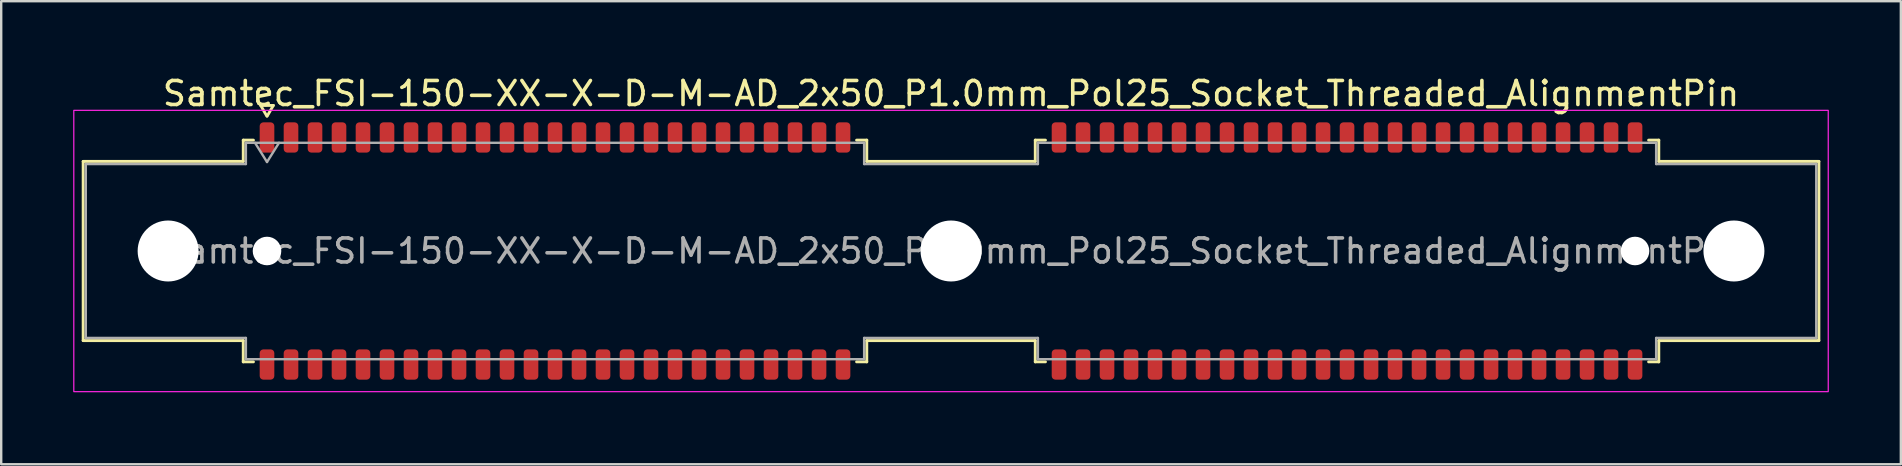
<source format=kicad_pcb>
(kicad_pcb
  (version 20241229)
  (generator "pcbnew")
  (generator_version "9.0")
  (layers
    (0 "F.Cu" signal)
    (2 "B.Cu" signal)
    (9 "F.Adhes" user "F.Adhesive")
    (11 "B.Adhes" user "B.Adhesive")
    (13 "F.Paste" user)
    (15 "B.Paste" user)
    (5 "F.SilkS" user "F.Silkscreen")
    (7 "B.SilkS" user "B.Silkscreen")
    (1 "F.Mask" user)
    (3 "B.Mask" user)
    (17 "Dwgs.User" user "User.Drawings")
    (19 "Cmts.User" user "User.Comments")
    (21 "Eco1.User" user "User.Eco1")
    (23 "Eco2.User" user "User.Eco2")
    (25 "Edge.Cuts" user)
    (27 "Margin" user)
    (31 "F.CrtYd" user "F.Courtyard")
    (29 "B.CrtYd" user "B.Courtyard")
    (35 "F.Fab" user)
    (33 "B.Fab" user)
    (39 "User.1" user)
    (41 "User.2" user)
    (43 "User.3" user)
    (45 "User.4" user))
  (footprint "Samtec_FSI-150-XX-X-D-M-AD_2x50_P1.0mm_Pol25_Socket_Threaded_AlignmentPin"
    (layer "F.Cu")
    (at 36.575 7.408)
    (property "Reference" "Samtec_FSI-150-XX-X-D-M-AD_2x50_P1.0mm_Pol25_Socket_Threaded_AlignmentPin" (at 0 -6.56 0) (layer "F.SilkS") (effects (font (size 1 1) (thickness 0.15))))
    (attr smd)
    (fp_line (start -36.16 -3.733) (end -29.49 -3.733) (stroke (width 0.12) (type solid)) (layer "F.SilkS"))
    (fp_line (start -36.16 3.733) (end -36.16 -3.733) (stroke (width 0.12) (type solid)) (layer "F.SilkS"))
    (fp_line (start -29.49 -4.619) (end -29.065 -4.619) (stroke (width 0.12) (type solid)) (layer "F.SilkS"))
    (fp_line (start -29.49 -3.733) (end -29.49 -4.619) (stroke (width 0.12) (type solid)) (layer "F.SilkS"))
    (fp_line (start -29.49 3.733) (end -36.16 3.733) (stroke (width 0.12) (type solid)) (layer "F.SilkS"))
    (fp_line (start -29.49 4.619) (end -29.49 3.733) (stroke (width 0.12) (type solid)) (layer "F.SilkS"))
    (fp_line (start -29.065 4.619) (end -29.49 4.619) (stroke (width 0.12) (type solid)) (layer "F.SilkS"))
    (fp_line (start -28.764 -6.066) (end -28.507 -5.62) (stroke (width 0.12) (type solid)) (layer "F.SilkS"))
    (fp_line (start -28.493 -5.62) (end -28.236 -6.066) (stroke (width 0.12) (type solid)) (layer "F.SilkS"))
    (fp_line (start -28.236 -6.066) (end -28.764 -6.066) (stroke (width 0.12) (type solid)) (layer "F.SilkS"))
    (fp_line (start -3.935 -4.619) (end -3.51 -4.619) (stroke (width 0.12) (type solid)) (layer "F.SilkS"))
    (fp_line (start -3.51 -4.619) (end -3.51 -3.733) (stroke (width 0.12) (type solid)) (layer "F.SilkS"))
    (fp_line (start -3.51 -3.733) (end 3.51 -3.733) (stroke (width 0.12) (type solid)) (layer "F.SilkS"))
    (fp_line (start -3.51 3.733) (end -3.51 4.619) (stroke (width 0.12) (type solid)) (layer "F.SilkS"))
    (fp_line (start -3.51 4.619) (end -3.935 4.619) (stroke (width 0.12) (type solid)) (layer "F.SilkS"))
    (fp_line (start 3.51 -4.619) (end 3.935 -4.619) (stroke (width 0.12) (type solid)) (layer "F.SilkS"))
    (fp_line (start 3.51 -3.733) (end 3.51 -4.619) (stroke (width 0.12) (type solid)) (layer "F.SilkS"))
    (fp_line (start 3.51 3.733) (end -3.51 3.733) (stroke (width 0.12) (type solid)) (layer "F.SilkS"))
    (fp_line (start 3.51 4.619) (end 3.51 3.733) (stroke (width 0.12) (type solid)) (layer "F.SilkS"))
    (fp_line (start 3.935 4.619) (end 3.51 4.619) (stroke (width 0.12) (type solid)) (layer "F.SilkS"))
    (fp_line (start 29.065 -4.619) (end 29.49 -4.619) (stroke (width 0.12) (type solid)) (layer "F.SilkS"))
    (fp_line (start 29.49 -4.619) (end 29.49 -3.733) (stroke (width 0.12) (type solid)) (layer "F.SilkS"))
    (fp_line (start 29.49 -3.733) (end 36.16 -3.733) (stroke (width 0.12) (type solid)) (layer "F.SilkS"))
    (fp_line (start 29.49 3.733) (end 29.49 4.619) (stroke (width 0.12) (type solid)) (layer "F.SilkS"))
    (fp_line (start 29.49 4.619) (end 29.065 4.619) (stroke (width 0.12) (type solid)) (layer "F.SilkS"))
    (fp_line (start 36.16 -3.733) (end 36.16 3.733) (stroke (width 0.12) (type solid)) (layer "F.SilkS"))
    (fp_line (start 36.16 3.733) (end 29.49 3.733) (stroke (width 0.12) (type solid)) (layer "F.SilkS"))
    (fp_rect (start -36.55 -5.86) (end 36.55 5.86) (stroke (width 0.05) (type solid)) (fill no) (layer "F.CrtYd"))
    (fp_line (start -36.05 -3.623) (end -29.38 -3.623) (stroke (width 0.1) (type solid)) (layer "F.Fab"))
    (fp_line (start -36.05 3.623) (end -36.05 -3.623) (stroke (width 0.1) (type solid)) (layer "F.Fab"))
    (fp_line (start -29.38 -4.508) (end -3.62 -4.508) (stroke (width 0.1) (type solid)) (layer "F.Fab"))
    (fp_line (start -29.38 -3.623) (end -29.38 -4.508) (stroke (width 0.1) (type solid)) (layer "F.Fab"))
    (fp_line (start -29.38 3.623) (end -36.05 3.623) (stroke (width 0.1) (type solid)) (layer "F.Fab"))
    (fp_line (start -29.38 4.508) (end -29.38 3.623) (stroke (width 0.1) (type solid)) (layer "F.Fab"))
    (fp_line (start -29 -4.508) (end -28.5 -3.708) (stroke (width 0.1) (type solid)) (layer "F.Fab"))
    (fp_line (start -28.5 -3.708) (end -28 -4.508) (stroke (width 0.1) (type solid)) (layer "F.Fab"))
    (fp_line (start -3.62 -4.508) (end -3.62 -3.623) (stroke (width 0.1) (type solid)) (layer "F.Fab"))
    (fp_line (start -3.62 -3.623) (end 3.62 -3.623) (stroke (width 0.1) (type solid)) (layer "F.Fab"))
    (fp_line (start -3.62 3.623) (end -3.62 4.508) (stroke (width 0.1) (type solid)) (layer "F.Fab"))
    (fp_line (start -3.62 4.508) (end -29.38 4.508) (stroke (width 0.1) (type solid)) (layer "F.Fab"))
    (fp_line (start 3.62 -4.508) (end 29.38 -4.508) (stroke (width 0.1) (type solid)) (layer "F.Fab"))
    (fp_line (start 3.62 -3.623) (end 3.62 -4.508) (stroke (width 0.1) (type solid)) (layer "F.Fab"))
    (fp_line (start 3.62 3.623) (end -3.62 3.623) (stroke (width 0.1) (type solid)) (layer "F.Fab"))
    (fp_line (start 3.62 4.508) (end 3.62 3.623) (stroke (width 0.1) (type solid)) (layer "F.Fab"))
    (fp_line (start 29.38 -4.508) (end 29.38 -3.623) (stroke (width 0.1) (type solid)) (layer "F.Fab"))
    (fp_line (start 29.38 -3.623) (end 36.05 -3.623) (stroke (width 0.1) (type solid)) (layer "F.Fab"))
    (fp_line (start 29.38 3.623) (end 29.38 4.508) (stroke (width 0.1) (type solid)) (layer "F.Fab"))
    (fp_line (start 29.38 4.508) (end 3.62 4.508) (stroke (width 0.1) (type solid)) (layer "F.Fab"))
    (fp_line (start 36.05 -3.623) (end 36.05 3.623) (stroke (width 0.1) (type solid)) (layer "F.Fab"))
    (fp_line (start 36.05 3.623) (end 29.38 3.623) (stroke (width 0.1) (type solid)) (layer "F.Fab"))
    (fp_text user "${REFERENCE}" (at 0 0 0) (layer "F.Fab") (effects (font (size 1 1) (thickness 0.15))))
    (pad "" np_thru_hole circle (at -32.62 0) (size 2.54 2.54) (drill 2.54) (layers "*.Cu" "*.Mask"))
    (pad "" np_thru_hole circle (at -28.5 0) (size 1.19 1.19) (drill 1.19) (layers "*.Cu" "*.Mask"))
    (pad "" np_thru_hole circle (at 0 0) (size 2.54 2.54) (drill 2.54) (layers "*.Cu" "*.Mask"))
    (pad "" np_thru_hole circle (at 28.5 0) (size 1.19 1.19) (drill 1.19) (layers "*.Cu" "*.Mask"))
    (pad "" np_thru_hole circle (at 32.62 0) (size 2.54 2.54) (drill 2.54) (layers "*.Cu" "*.Mask"))
    (pad "1" smd roundrect (at -28.5 -4.73) (size 0.61 1.26) (layers "F.Cu" "F.Mask" "F.Paste") (roundrect_rratio 0.25))
    (pad "2" smd roundrect (at -28.5 4.73) (size 0.61 1.26) (layers "F.Cu" "F.Mask" "F.Paste") (roundrect_rratio 0.25))
    (pad "3" smd roundrect (at -27.5 -4.73) (size 0.61 1.26) (layers "F.Cu" "F.Mask" "F.Paste") (roundrect_rratio 0.25))
    (pad "4" smd roundrect (at -27.5 4.73) (size 0.61 1.26) (layers "F.Cu" "F.Mask" "F.Paste") (roundrect_rratio 0.25))
    (pad "5" smd roundrect (at -26.5 -4.73) (size 0.61 1.26) (layers "F.Cu" "F.Mask" "F.Paste") (roundrect_rratio 0.25))
    (pad "6" smd roundrect (at -26.5 4.73) (size 0.61 1.26) (layers "F.Cu" "F.Mask" "F.Paste") (roundrect_rratio 0.25))
    (pad "7" smd roundrect (at -25.5 -4.73) (size 0.61 1.26) (layers "F.Cu" "F.Mask" "F.Paste") (roundrect_rratio 0.25))
    (pad "8" smd roundrect (at -25.5 4.73) (size 0.61 1.26) (layers "F.Cu" "F.Mask" "F.Paste") (roundrect_rratio 0.25))
    (pad "9" smd roundrect (at -24.5 -4.73) (size 0.61 1.26) (layers "F.Cu" "F.Mask" "F.Paste") (roundrect_rratio 0.25))
    (pad "10" smd roundrect (at -24.5 4.73) (size 0.61 1.26) (layers "F.Cu" "F.Mask" "F.Paste") (roundrect_rratio 0.25))
    (pad "11" smd roundrect (at -23.5 -4.73) (size 0.61 1.26) (layers "F.Cu" "F.Mask" "F.Paste") (roundrect_rratio 0.25))
    (pad "12" smd roundrect (at -23.5 4.73) (size 0.61 1.26) (layers "F.Cu" "F.Mask" "F.Paste") (roundrect_rratio 0.25))
    (pad "13" smd roundrect (at -22.5 -4.73) (size 0.61 1.26) (layers "F.Cu" "F.Mask" "F.Paste") (roundrect_rratio 0.25))
    (pad "14" smd roundrect (at -22.5 4.73) (size 0.61 1.26) (layers "F.Cu" "F.Mask" "F.Paste") (roundrect_rratio 0.25))
    (pad "15" smd roundrect (at -21.5 -4.73) (size 0.61 1.26) (layers "F.Cu" "F.Mask" "F.Paste") (roundrect_rratio 0.25))
    (pad "16" smd roundrect (at -21.5 4.73) (size 0.61 1.26) (layers "F.Cu" "F.Mask" "F.Paste") (roundrect_rratio 0.25))
    (pad "17" smd roundrect (at -20.5 -4.73) (size 0.61 1.26) (layers "F.Cu" "F.Mask" "F.Paste") (roundrect_rratio 0.25))
    (pad "18" smd roundrect (at -20.5 4.73) (size 0.61 1.26) (layers "F.Cu" "F.Mask" "F.Paste") (roundrect_rratio 0.25))
    (pad "19" smd roundrect (at -19.5 -4.73) (size 0.61 1.26) (layers "F.Cu" "F.Mask" "F.Paste") (roundrect_rratio 0.25))
    (pad "20" smd roundrect (at -19.5 4.73) (size 0.61 1.26) (layers "F.Cu" "F.Mask" "F.Paste") (roundrect_rratio 0.25))
    (pad "21" smd roundrect (at -18.5 -4.73) (size 0.61 1.26) (layers "F.Cu" "F.Mask" "F.Paste") (roundrect_rratio 0.25))
    (pad "22" smd roundrect (at -18.5 4.73) (size 0.61 1.26) (layers "F.Cu" "F.Mask" "F.Paste") (roundrect_rratio 0.25))
    (pad "23" smd roundrect (at -17.5 -4.73) (size 0.61 1.26) (layers "F.Cu" "F.Mask" "F.Paste") (roundrect_rratio 0.25))
    (pad "24" smd roundrect (at -17.5 4.73) (size 0.61 1.26) (layers "F.Cu" "F.Mask" "F.Paste") (roundrect_rratio 0.25))
    (pad "25" smd roundrect (at -16.5 -4.73) (size 0.61 1.26) (layers "F.Cu" "F.Mask" "F.Paste") (roundrect_rratio 0.25))
    (pad "26" smd roundrect (at -16.5 4.73) (size 0.61 1.26) (layers "F.Cu" "F.Mask" "F.Paste") (roundrect_rratio 0.25))
    (pad "27" smd roundrect (at -15.5 -4.73) (size 0.61 1.26) (layers "F.Cu" "F.Mask" "F.Paste") (roundrect_rratio 0.25))
    (pad "28" smd roundrect (at -15.5 4.73) (size 0.61 1.26) (layers "F.Cu" "F.Mask" "F.Paste") (roundrect_rratio 0.25))
    (pad "29" smd roundrect (at -14.5 -4.73) (size 0.61 1.26) (layers "F.Cu" "F.Mask" "F.Paste") (roundrect_rratio 0.25))
    (pad "30" smd roundrect (at -14.5 4.73) (size 0.61 1.26) (layers "F.Cu" "F.Mask" "F.Paste") (roundrect_rratio 0.25))
    (pad "31" smd roundrect (at -13.5 -4.73) (size 0.61 1.26) (layers "F.Cu" "F.Mask" "F.Paste") (roundrect_rratio 0.25))
    (pad "32" smd roundrect (at -13.5 4.73) (size 0.61 1.26) (layers "F.Cu" "F.Mask" "F.Paste") (roundrect_rratio 0.25))
    (pad "33" smd roundrect (at -12.5 -4.73) (size 0.61 1.26) (layers "F.Cu" "F.Mask" "F.Paste") (roundrect_rratio 0.25))
    (pad "34" smd roundrect (at -12.5 4.73) (size 0.61 1.26) (layers "F.Cu" "F.Mask" "F.Paste") (roundrect_rratio 0.25))
    (pad "35" smd roundrect (at -11.5 -4.73) (size 0.61 1.26) (layers "F.Cu" "F.Mask" "F.Paste") (roundrect_rratio 0.25))
    (pad "36" smd roundrect (at -11.5 4.73) (size 0.61 1.26) (layers "F.Cu" "F.Mask" "F.Paste") (roundrect_rratio 0.25))
    (pad "37" smd roundrect (at -10.5 -4.73) (size 0.61 1.26) (layers "F.Cu" "F.Mask" "F.Paste") (roundrect_rratio 0.25))
    (pad "38" smd roundrect (at -10.5 4.73) (size 0.61 1.26) (layers "F.Cu" "F.Mask" "F.Paste") (roundrect_rratio 0.25))
    (pad "39" smd roundrect (at -9.5 -4.73) (size 0.61 1.26) (layers "F.Cu" "F.Mask" "F.Paste") (roundrect_rratio 0.25))
    (pad "40" smd roundrect (at -9.5 4.73) (size 0.61 1.26) (layers "F.Cu" "F.Mask" "F.Paste") (roundrect_rratio 0.25))
    (pad "41" smd roundrect (at -8.5 -4.73) (size 0.61 1.26) (layers "F.Cu" "F.Mask" "F.Paste") (roundrect_rratio 0.25))
    (pad "42" smd roundrect (at -8.5 4.73) (size 0.61 1.26) (layers "F.Cu" "F.Mask" "F.Paste") (roundrect_rratio 0.25))
    (pad "43" smd roundrect (at -7.5 -4.73) (size 0.61 1.26) (layers "F.Cu" "F.Mask" "F.Paste") (roundrect_rratio 0.25))
    (pad "44" smd roundrect (at -7.5 4.73) (size 0.61 1.26) (layers "F.Cu" "F.Mask" "F.Paste") (roundrect_rratio 0.25))
    (pad "45" smd roundrect (at -6.5 -4.73) (size 0.61 1.26) (layers "F.Cu" "F.Mask" "F.Paste") (roundrect_rratio 0.25))
    (pad "46" smd roundrect (at -6.5 4.73) (size 0.61 1.26) (layers "F.Cu" "F.Mask" "F.Paste") (roundrect_rratio 0.25))
    (pad "47" smd roundrect (at -5.5 -4.73) (size 0.61 1.26) (layers "F.Cu" "F.Mask" "F.Paste") (roundrect_rratio 0.25))
    (pad "48" smd roundrect (at -5.5 4.73) (size 0.61 1.26) (layers "F.Cu" "F.Mask" "F.Paste") (roundrect_rratio 0.25))
    (pad "49" smd roundrect (at -4.5 -4.73) (size 0.61 1.26) (layers "F.Cu" "F.Mask" "F.Paste") (roundrect_rratio 0.25))
    (pad "50" smd roundrect (at -4.5 4.73) (size 0.61 1.26) (layers "F.Cu" "F.Mask" "F.Paste") (roundrect_rratio 0.25))
    (pad "51" smd roundrect (at 4.5 -4.73) (size 0.61 1.26) (layers "F.Cu" "F.Mask" "F.Paste") (roundrect_rratio 0.25))
    (pad "52" smd roundrect (at 4.5 4.73) (size 0.61 1.26) (layers "F.Cu" "F.Mask" "F.Paste") (roundrect_rratio 0.25))
    (pad "53" smd roundrect (at 5.5 -4.73) (size 0.61 1.26) (layers "F.Cu" "F.Mask" "F.Paste") (roundrect_rratio 0.25))
    (pad "54" smd roundrect (at 5.5 4.73) (size 0.61 1.26) (layers "F.Cu" "F.Mask" "F.Paste") (roundrect_rratio 0.25))
    (pad "55" smd roundrect (at 6.5 -4.73) (size 0.61 1.26) (layers "F.Cu" "F.Mask" "F.Paste") (roundrect_rratio 0.25))
    (pad "56" smd roundrect (at 6.5 4.73) (size 0.61 1.26) (layers "F.Cu" "F.Mask" "F.Paste") (roundrect_rratio 0.25))
    (pad "57" smd roundrect (at 7.5 -4.73) (size 0.61 1.26) (layers "F.Cu" "F.Mask" "F.Paste") (roundrect_rratio 0.25))
    (pad "58" smd roundrect (at 7.5 4.73) (size 0.61 1.26) (layers "F.Cu" "F.Mask" "F.Paste") (roundrect_rratio 0.25))
    (pad "59" smd roundrect (at 8.5 -4.73) (size 0.61 1.26) (layers "F.Cu" "F.Mask" "F.Paste") (roundrect_rratio 0.25))
    (pad "60" smd roundrect (at 8.5 4.73) (size 0.61 1.26) (layers "F.Cu" "F.Mask" "F.Paste") (roundrect_rratio 0.25))
    (pad "61" smd roundrect (at 9.5 -4.73) (size 0.61 1.26) (layers "F.Cu" "F.Mask" "F.Paste") (roundrect_rratio 0.25))
    (pad "62" smd roundrect (at 9.5 4.73) (size 0.61 1.26) (layers "F.Cu" "F.Mask" "F.Paste") (roundrect_rratio 0.25))
    (pad "63" smd roundrect (at 10.5 -4.73) (size 0.61 1.26) (layers "F.Cu" "F.Mask" "F.Paste") (roundrect_rratio 0.25))
    (pad "64" smd roundrect (at 10.5 4.73) (size 0.61 1.26) (layers "F.Cu" "F.Mask" "F.Paste") (roundrect_rratio 0.25))
    (pad "65" smd roundrect (at 11.5 -4.73) (size 0.61 1.26) (layers "F.Cu" "F.Mask" "F.Paste") (roundrect_rratio 0.25))
    (pad "66" smd roundrect (at 11.5 4.73) (size 0.61 1.26) (layers "F.Cu" "F.Mask" "F.Paste") (roundrect_rratio 0.25))
    (pad "67" smd roundrect (at 12.5 -4.73) (size 0.61 1.26) (layers "F.Cu" "F.Mask" "F.Paste") (roundrect_rratio 0.25))
    (pad "68" smd roundrect (at 12.5 4.73) (size 0.61 1.26) (layers "F.Cu" "F.Mask" "F.Paste") (roundrect_rratio 0.25))
    (pad "69" smd roundrect (at 13.5 -4.73) (size 0.61 1.26) (layers "F.Cu" "F.Mask" "F.Paste") (roundrect_rratio 0.25))
    (pad "70" smd roundrect (at 13.5 4.73) (size 0.61 1.26) (layers "F.Cu" "F.Mask" "F.Paste") (roundrect_rratio 0.25))
    (pad "71" smd roundrect (at 14.5 -4.73) (size 0.61 1.26) (layers "F.Cu" "F.Mask" "F.Paste") (roundrect_rratio 0.25))
    (pad "72" smd roundrect (at 14.5 4.73) (size 0.61 1.26) (layers "F.Cu" "F.Mask" "F.Paste") (roundrect_rratio 0.25))
    (pad "73" smd roundrect (at 15.5 -4.73) (size 0.61 1.26) (layers "F.Cu" "F.Mask" "F.Paste") (roundrect_rratio 0.25))
    (pad "74" smd roundrect (at 15.5 4.73) (size 0.61 1.26) (layers "F.Cu" "F.Mask" "F.Paste") (roundrect_rratio 0.25))
    (pad "75" smd roundrect (at 16.5 -4.73) (size 0.61 1.26) (layers "F.Cu" "F.Mask" "F.Paste") (roundrect_rratio 0.25))
    (pad "76" smd roundrect (at 16.5 4.73) (size 0.61 1.26) (layers "F.Cu" "F.Mask" "F.Paste") (roundrect_rratio 0.25))
    (pad "77" smd roundrect (at 17.5 -4.73) (size 0.61 1.26) (layers "F.Cu" "F.Mask" "F.Paste") (roundrect_rratio 0.25))
    (pad "78" smd roundrect (at 17.5 4.73) (size 0.61 1.26) (layers "F.Cu" "F.Mask" "F.Paste") (roundrect_rratio 0.25))
    (pad "79" smd roundrect (at 18.5 -4.73) (size 0.61 1.26) (layers "F.Cu" "F.Mask" "F.Paste") (roundrect_rratio 0.25))
    (pad "80" smd roundrect (at 18.5 4.73) (size 0.61 1.26) (layers "F.Cu" "F.Mask" "F.Paste") (roundrect_rratio 0.25))
    (pad "81" smd roundrect (at 19.5 -4.73) (size 0.61 1.26) (layers "F.Cu" "F.Mask" "F.Paste") (roundrect_rratio 0.25))
    (pad "82" smd roundrect (at 19.5 4.73) (size 0.61 1.26) (layers "F.Cu" "F.Mask" "F.Paste") (roundrect_rratio 0.25))
    (pad "83" smd roundrect (at 20.5 -4.73) (size 0.61 1.26) (layers "F.Cu" "F.Mask" "F.Paste") (roundrect_rratio 0.25))
    (pad "84" smd roundrect (at 20.5 4.73) (size 0.61 1.26) (layers "F.Cu" "F.Mask" "F.Paste") (roundrect_rratio 0.25))
    (pad "85" smd roundrect (at 21.5 -4.73) (size 0.61 1.26) (layers "F.Cu" "F.Mask" "F.Paste") (roundrect_rratio 0.25))
    (pad "86" smd roundrect (at 21.5 4.73) (size 0.61 1.26) (layers "F.Cu" "F.Mask" "F.Paste") (roundrect_rratio 0.25))
    (pad "87" smd roundrect (at 22.5 -4.73) (size 0.61 1.26) (layers "F.Cu" "F.Mask" "F.Paste") (roundrect_rratio 0.25))
    (pad "88" smd roundrect (at 22.5 4.73) (size 0.61 1.26) (layers "F.Cu" "F.Mask" "F.Paste") (roundrect_rratio 0.25))
    (pad "89" smd roundrect (at 23.5 -4.73) (size 0.61 1.26) (layers "F.Cu" "F.Mask" "F.Paste") (roundrect_rratio 0.25))
    (pad "90" smd roundrect (at 23.5 4.73) (size 0.61 1.26) (layers "F.Cu" "F.Mask" "F.Paste") (roundrect_rratio 0.25))
    (pad "91" smd roundrect (at 24.5 -4.73) (size 0.61 1.26) (layers "F.Cu" "F.Mask" "F.Paste") (roundrect_rratio 0.25))
    (pad "92" smd roundrect (at 24.5 4.73) (size 0.61 1.26) (layers "F.Cu" "F.Mask" "F.Paste") (roundrect_rratio 0.25))
    (pad "93" smd roundrect (at 25.5 -4.73) (size 0.61 1.26) (layers "F.Cu" "F.Mask" "F.Paste") (roundrect_rratio 0.25))
    (pad "94" smd roundrect (at 25.5 4.73) (size 0.61 1.26) (layers "F.Cu" "F.Mask" "F.Paste") (roundrect_rratio 0.25))
    (pad "95" smd roundrect (at 26.5 -4.73) (size 0.61 1.26) (layers "F.Cu" "F.Mask" "F.Paste") (roundrect_rratio 0.25))
    (pad "96" smd roundrect (at 26.5 4.73) (size 0.61 1.26) (layers "F.Cu" "F.Mask" "F.Paste") (roundrect_rratio 0.25))
    (pad "97" smd roundrect (at 27.5 -4.73) (size 0.61 1.26) (layers "F.Cu" "F.Mask" "F.Paste") (roundrect_rratio 0.25))
    (pad "98" smd roundrect (at 27.5 4.73) (size 0.61 1.26) (layers "F.Cu" "F.Mask" "F.Paste") (roundrect_rratio 0.25))
    (pad "99" smd roundrect (at 28.5 -4.73) (size 0.61 1.26) (layers "F.Cu" "F.Mask" "F.Paste") (roundrect_rratio 0.25))
    (pad "100" smd roundrect (at 28.5 4.73) (size 0.61 1.26) (layers "F.Cu" "F.Mask" "F.Paste") (roundrect_rratio 0.25)))
  (gr_rect
    (start -3 -3)
    (end 76.15 16.293)
    (stroke (width 0.1) (type default))
    (fill no)
    (layer "Edge.Cuts")))
</source>
